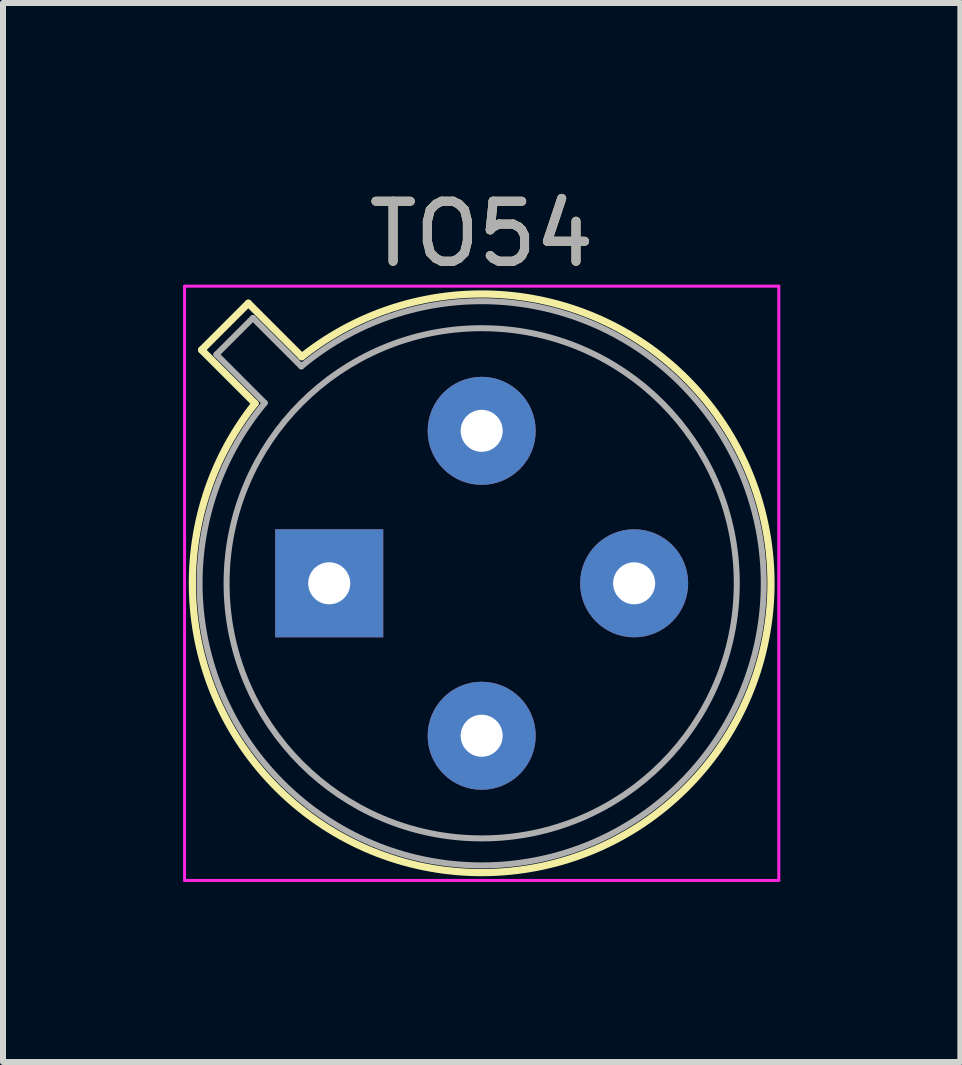
<source format=kicad_pcb>
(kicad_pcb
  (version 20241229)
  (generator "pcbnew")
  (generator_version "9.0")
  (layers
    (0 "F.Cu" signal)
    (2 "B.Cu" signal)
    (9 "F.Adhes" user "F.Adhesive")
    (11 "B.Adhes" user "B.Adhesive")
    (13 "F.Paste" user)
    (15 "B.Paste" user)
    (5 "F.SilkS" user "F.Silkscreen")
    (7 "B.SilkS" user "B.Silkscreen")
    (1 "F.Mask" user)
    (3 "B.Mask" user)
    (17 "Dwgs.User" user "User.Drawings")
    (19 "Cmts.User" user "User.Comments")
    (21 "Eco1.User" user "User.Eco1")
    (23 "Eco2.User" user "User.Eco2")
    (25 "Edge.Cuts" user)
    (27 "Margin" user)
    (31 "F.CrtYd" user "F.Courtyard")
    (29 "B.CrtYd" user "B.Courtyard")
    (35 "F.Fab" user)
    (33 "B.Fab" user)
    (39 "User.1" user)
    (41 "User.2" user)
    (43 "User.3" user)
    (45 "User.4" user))
  (footprint "TO54"
    (layer "F.Cu")
    (at 2.435 6.668)
    (property "Reference" "TO54" (at 2.54 -5.82 0) (layer "F.SilkS") (effects (font (size 1 1) (thickness 0.15))))
    (attr through_hole)
    (fp_line (start -2.126 -3.888) (end -1.235 -2.997) (stroke (width 0.12) (type solid)) (layer "F.SilkS"))
    (fp_line (start -1.348 -4.666) (end -2.126 -3.888) (stroke (width 0.12) (type solid)) (layer "F.SilkS"))
    (fp_line (start -0.457 -3.775) (end -1.348 -4.666) (stroke (width 0.12) (type solid)) (layer "F.SilkS"))
    (fp_arc (start -0.457084 -3.774902) (mid 5.948125 3.408384) (end -1.234674 -2.997371) (stroke (width 0.12) (type solid)) (layer "F.SilkS"))
    (fp_line (start -2.41 -4.95) (end -2.41 4.95) (stroke (width 0.05) (type solid)) (layer "F.CrtYd"))
    (fp_line (start -2.41 4.95) (end 7.49 4.95) (stroke (width 0.05) (type solid)) (layer "F.CrtYd"))
    (fp_line (start 7.49 -4.95) (end -2.41 -4.95) (stroke (width 0.05) (type solid)) (layer "F.CrtYd"))
    (fp_line (start 7.49 4.95) (end 7.49 -4.95) (stroke (width 0.05) (type solid)) (layer "F.CrtYd"))
    (fp_line (start -1.88 -3.812) (end -1.074 -3.005) (stroke (width 0.1) (type solid)) (layer "F.Fab"))
    (fp_line (start -1.272 -4.42) (end -1.88 -3.812) (stroke (width 0.1) (type solid)) (layer "F.Fab"))
    (fp_line (start -0.465 -3.614) (end -1.272 -4.42) (stroke (width 0.1) (type solid)) (layer "F.Fab"))
    (fp_arc (start -0.465408 -3.61352) (mid 5.863443 3.323361) (end -1.073594 -3.005319) (stroke (width 0.1) (type solid)) (layer "F.Fab"))
    (fp_circle (center 2.54 0) (end 6.79 0) (stroke (width 0.1) (type solid)) (fill no) (layer "F.Fab"))
    (fp_text user "${REFERENCE}" (at 2.54 -5.82 0) (layer "F.Fab") (effects (font (size 1 1) (thickness 0.15))))
    (pad "1" thru_hole rect (at 0 0) (size 1.8 1.8) (drill 0.7) (layers "*.Cu" "*.Mask"))
    (pad "2" thru_hole oval (at 2.54 2.54) (size 1.8 1.8) (drill 0.7) (layers "*.Cu" "*.Mask"))
    (pad "3" thru_hole oval (at 5.08 0) (size 1.8 1.8) (drill 0.7) (layers "*.Cu" "*.Mask"))
    (pad "4" thru_hole oval (at 2.54 -2.54) (size 1.8 1.8) (drill 0.7) (layers "*.Cu" "*.Mask")))
  (gr_rect
    (start -3 -3)
    (end 12.95 14.643)
    (stroke (width 0.1) (type default))
    (fill no)
    (layer "Edge.Cuts")))
</source>
